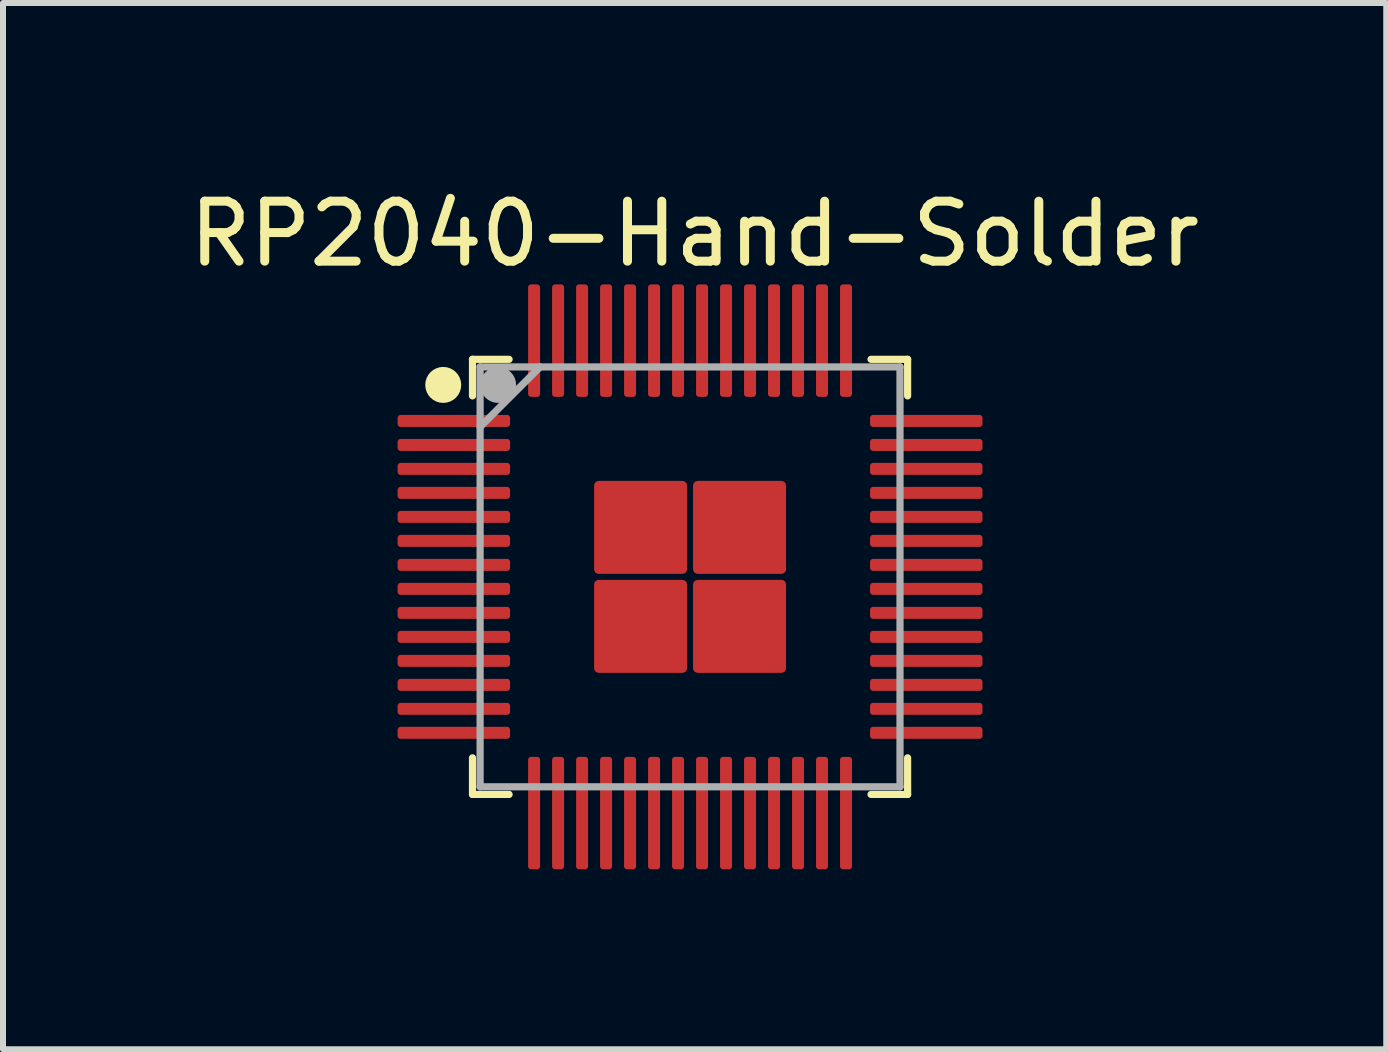
<source format=kicad_pcb>
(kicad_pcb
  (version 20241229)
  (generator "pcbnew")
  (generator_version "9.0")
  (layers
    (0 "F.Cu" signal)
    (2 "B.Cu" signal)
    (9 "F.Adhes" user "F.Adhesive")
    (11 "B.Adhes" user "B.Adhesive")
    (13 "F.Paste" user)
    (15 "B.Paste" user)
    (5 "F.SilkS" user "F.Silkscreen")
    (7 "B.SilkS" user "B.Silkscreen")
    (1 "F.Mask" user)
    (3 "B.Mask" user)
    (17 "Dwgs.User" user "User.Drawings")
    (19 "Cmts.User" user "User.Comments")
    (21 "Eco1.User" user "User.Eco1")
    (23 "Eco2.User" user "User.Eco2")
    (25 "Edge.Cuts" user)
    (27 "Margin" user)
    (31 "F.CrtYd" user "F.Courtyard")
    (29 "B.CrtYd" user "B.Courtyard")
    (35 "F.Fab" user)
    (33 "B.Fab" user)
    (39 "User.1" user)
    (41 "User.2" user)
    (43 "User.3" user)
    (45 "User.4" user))
  (footprint "RP2040-Hand-Solder"
    (layer "F.Cu")
    (at 8.454 6.567)
    (property "Reference" "RP2040-Hand-Solder" (at 0.076 -5.718 0) (layer "F.SilkS") (effects (font (size 1 1) (thickness 0.15))))
    (attr through_hole)
    (fp_line (start -3.627 -3.627) (end -3.627 -3.017) (stroke (width 0.12) (type solid)) (layer "F.SilkS"))
    (fp_line (start -3.627 3.017) (end -3.627 3.627) (stroke (width 0.12) (type solid)) (layer "F.SilkS"))
    (fp_line (start -3.627 3.627) (end -3.017 3.627) (stroke (width 0.12) (type solid)) (layer "F.SilkS"))
    (fp_line (start -3.017 -3.627) (end -3.627 -3.627) (stroke (width 0.12) (type solid)) (layer "F.SilkS"))
    (fp_line (start 3.017 3.627) (end 3.627 3.627) (stroke (width 0.12) (type solid)) (layer "F.SilkS"))
    (fp_line (start 3.627 -3.627) (end 3.017 -3.627) (stroke (width 0.12) (type solid)) (layer "F.SilkS"))
    (fp_line (start 3.627 -3.017) (end 3.627 -3.627) (stroke (width 0.12) (type solid)) (layer "F.SilkS"))
    (fp_line (start 3.627 3.627) (end 3.627 3.017) (stroke (width 0.12) (type solid)) (layer "F.SilkS"))
    (fp_circle (center -4.115 -3.2) (end -4.115 -3.2) (stroke (width 0.3) (type solid)) (fill no) (layer "F.SilkS"))
    (fp_line (start -3.5 -3.5) (end -3.5 3.5) (stroke (width 0.12) (type solid)) (layer "F.Fab"))
    (fp_line (start -3.5 3.5) (end 3.5 3.5) (stroke (width 0.12) (type solid)) (layer "F.Fab"))
    (fp_line (start -2.5 -3.5) (end -3.5 -2.5) (stroke (width 0.12) (type solid)) (layer "F.Fab"))
    (fp_line (start 3.5 -3.5) (end -3.5 -3.5) (stroke (width 0.12) (type solid)) (layer "F.Fab"))
    (fp_line (start 3.5 3.5) (end 3.5 -3.5) (stroke (width 0.12) (type solid)) (layer "F.Fab"))
    (fp_circle (center -3.2 -3.2) (end -3.2 -3.2) (stroke (width 0.3) (type solid)) (fill no) (layer "F.Fab"))
    (pad "1" smd roundrect (at -3.938 -2.6) (size 1.875 0.2) (layers "F.Cu" "F.Mask" "F.Paste") (roundrect_rratio 0.25))
    (pad "2" smd roundrect (at -3.938 -2.2) (size 1.875 0.2) (layers "F.Cu" "F.Mask" "F.Paste") (roundrect_rratio 0.25))
    (pad "3" smd roundrect (at -3.938 -1.8) (size 1.875 0.2) (layers "F.Cu" "F.Mask" "F.Paste") (roundrect_rratio 0.25))
    (pad "4" smd roundrect (at -3.938 -1.4) (size 1.875 0.2) (layers "F.Cu" "F.Mask" "F.Paste") (roundrect_rratio 0.25))
    (pad "5" smd roundrect (at -3.938 -1) (size 1.875 0.2) (layers "F.Cu" "F.Mask" "F.Paste") (roundrect_rratio 0.25))
    (pad "6" smd roundrect (at -3.938 -0.6) (size 1.875 0.2) (layers "F.Cu" "F.Mask" "F.Paste") (roundrect_rratio 0.25))
    (pad "7" smd roundrect (at -3.938 -0.2) (size 1.875 0.2) (layers "F.Cu" "F.Mask" "F.Paste") (roundrect_rratio 0.25))
    (pad "8" smd roundrect (at -3.938 0.2) (size 1.875 0.2) (layers "F.Cu" "F.Mask" "F.Paste") (roundrect_rratio 0.25))
    (pad "9" smd roundrect (at -3.938 0.6) (size 1.875 0.2) (layers "F.Cu" "F.Mask" "F.Paste") (roundrect_rratio 0.25))
    (pad "10" smd roundrect (at -3.938 1) (size 1.875 0.2) (layers "F.Cu" "F.Mask" "F.Paste") (roundrect_rratio 0.25))
    (pad "11" smd roundrect (at -3.938 1.4) (size 1.875 0.2) (layers "F.Cu" "F.Mask" "F.Paste") (roundrect_rratio 0.25))
    (pad "12" smd roundrect (at -3.938 1.8) (size 1.875 0.2) (layers "F.Cu" "F.Mask" "F.Paste") (roundrect_rratio 0.25))
    (pad "13" smd roundrect (at -3.938 2.2) (size 1.875 0.2) (layers "F.Cu" "F.Mask" "F.Paste") (roundrect_rratio 0.25))
    (pad "14" smd roundrect (at -3.938 2.6) (size 1.875 0.2) (layers "F.Cu" "F.Mask" "F.Paste") (roundrect_rratio 0.25))
    (pad "15" smd roundrect (at -2.6 3.938 90) (size 1.875 0.2) (layers "F.Cu" "F.Mask" "F.Paste") (roundrect_rratio 0.25))
    (pad "16" smd roundrect (at -2.2 3.938 90) (size 1.875 0.2) (layers "F.Cu" "F.Mask" "F.Paste") (roundrect_rratio 0.25))
    (pad "17" smd roundrect (at -1.8 3.938 90) (size 1.875 0.2) (layers "F.Cu" "F.Mask" "F.Paste") (roundrect_rratio 0.25))
    (pad "18" smd roundrect (at -1.4 3.938 90) (size 1.875 0.2) (layers "F.Cu" "F.Mask" "F.Paste") (roundrect_rratio 0.25))
    (pad "19" smd roundrect (at -1 3.938 90) (size 1.875 0.2) (layers "F.Cu" "F.Mask" "F.Paste") (roundrect_rratio 0.25))
    (pad "20" smd roundrect (at -0.6 3.938 90) (size 1.875 0.2) (layers "F.Cu" "F.Mask" "F.Paste") (roundrect_rratio 0.25))
    (pad "21" smd roundrect (at -0.2 3.938 90) (size 1.875 0.2) (layers "F.Cu" "F.Mask" "F.Paste") (roundrect_rratio 0.25))
    (pad "22" smd roundrect (at 0.2 3.938 90) (size 1.875 0.2) (layers "F.Cu" "F.Mask" "F.Paste") (roundrect_rratio 0.25))
    (pad "23" smd roundrect (at 0.6 3.938 90) (size 1.875 0.2) (layers "F.Cu" "F.Mask" "F.Paste") (roundrect_rratio 0.25))
    (pad "24" smd roundrect (at 1 3.938 90) (size 1.875 0.2) (layers "F.Cu" "F.Mask" "F.Paste") (roundrect_rratio 0.25))
    (pad "25" smd roundrect (at 1.4 3.938 90) (size 1.875 0.2) (layers "F.Cu" "F.Mask" "F.Paste") (roundrect_rratio 0.25))
    (pad "26" smd roundrect (at 1.8 3.938 90) (size 1.875 0.2) (layers "F.Cu" "F.Mask" "F.Paste") (roundrect_rratio 0.25))
    (pad "27" smd roundrect (at 2.2 3.938 90) (size 1.875 0.2) (layers "F.Cu" "F.Mask" "F.Paste") (roundrect_rratio 0.25))
    (pad "28" smd roundrect (at 2.6 3.938 90) (size 1.875 0.2) (layers "F.Cu" "F.Mask" "F.Paste") (roundrect_rratio 0.25))
    (pad "29" smd roundrect (at 3.938 2.6 180) (size 1.875 0.2) (layers "F.Cu" "F.Mask" "F.Paste") (roundrect_rratio 0.25))
    (pad "30" smd roundrect (at 3.938 2.2 180) (size 1.875 0.2) (layers "F.Cu" "F.Mask" "F.Paste") (roundrect_rratio 0.25))
    (pad "31" smd roundrect (at 3.938 1.8 180) (size 1.875 0.2) (layers "F.Cu" "F.Mask" "F.Paste") (roundrect_rratio 0.25))
    (pad "32" smd roundrect (at 3.938 1.4 180) (size 1.875 0.2) (layers "F.Cu" "F.Mask" "F.Paste") (roundrect_rratio 0.25))
    (pad "33" smd roundrect (at 3.938 1 180) (size 1.875 0.2) (layers "F.Cu" "F.Mask" "F.Paste") (roundrect_rratio 0.25))
    (pad "34" smd roundrect (at 3.938 0.6 180) (size 1.875 0.2) (layers "F.Cu" "F.Mask" "F.Paste") (roundrect_rratio 0.25))
    (pad "35" smd roundrect (at 3.938 0.2 180) (size 1.875 0.2) (layers "F.Cu" "F.Mask" "F.Paste") (roundrect_rratio 0.25))
    (pad "36" smd roundrect (at 3.938 -0.2 180) (size 1.875 0.2) (layers "F.Cu" "F.Mask" "F.Paste") (roundrect_rratio 0.25))
    (pad "37" smd roundrect (at 3.938 -0.6 180) (size 1.875 0.2) (layers "F.Cu" "F.Mask" "F.Paste") (roundrect_rratio 0.25))
    (pad "38" smd roundrect (at 3.938 -1 180) (size 1.875 0.2) (layers "F.Cu" "F.Mask" "F.Paste") (roundrect_rratio 0.25))
    (pad "39" smd roundrect (at 3.938 -1.4 180) (size 1.875 0.2) (layers "F.Cu" "F.Mask" "F.Paste") (roundrect_rratio 0.25))
    (pad "40" smd roundrect (at 3.938 -1.8 180) (size 1.875 0.2) (layers "F.Cu" "F.Mask" "F.Paste") (roundrect_rratio 0.25))
    (pad "41" smd roundrect (at 3.938 -2.2 180) (size 1.875 0.2) (layers "F.Cu" "F.Mask" "F.Paste") (roundrect_rratio 0.25))
    (pad "42" smd roundrect (at 3.938 -2.6 180) (size 1.875 0.2) (layers "F.Cu" "F.Mask" "F.Paste") (roundrect_rratio 0.25))
    (pad "43" smd roundrect (at 2.6 -3.938 270) (size 1.875 0.2) (layers "F.Cu" "F.Mask" "F.Paste") (roundrect_rratio 0.25))
    (pad "44" smd roundrect (at 2.2 -3.938 270) (size 1.875 0.2) (layers "F.Cu" "F.Mask" "F.Paste") (roundrect_rratio 0.25))
    (pad "45" smd roundrect (at 1.8 -3.938 270) (size 1.875 0.2) (layers "F.Cu" "F.Mask" "F.Paste") (roundrect_rratio 0.25))
    (pad "46" smd roundrect (at 1.4 -3.938 270) (size 1.875 0.2) (layers "F.Cu" "F.Mask" "F.Paste") (roundrect_rratio 0.25))
    (pad "47" smd roundrect (at 1 -3.938 270) (size 1.875 0.2) (layers "F.Cu" "F.Mask" "F.Paste") (roundrect_rratio 0.25))
    (pad "48" smd roundrect (at 0.6 -3.938 270) (size 1.875 0.2) (layers "F.Cu" "F.Mask" "F.Paste") (roundrect_rratio 0.25))
    (pad "49" smd roundrect (at 0.2 -3.938 270) (size 1.875 0.2) (layers "F.Cu" "F.Mask" "F.Paste") (roundrect_rratio 0.25))
    (pad "50" smd roundrect (at -0.2 -3.938 270) (size 1.875 0.2) (layers "F.Cu" "F.Mask" "F.Paste") (roundrect_rratio 0.25))
    (pad "51" smd roundrect (at -0.6 -3.938 270) (size 1.875 0.2) (layers "F.Cu" "F.Mask" "F.Paste") (roundrect_rratio 0.25))
    (pad "52" smd roundrect (at -1 -3.938 270) (size 1.875 0.2) (layers "F.Cu" "F.Mask" "F.Paste") (roundrect_rratio 0.25))
    (pad "53" smd roundrect (at -1.4 -3.938 270) (size 1.875 0.2) (layers "F.Cu" "F.Mask" "F.Paste") (roundrect_rratio 0.25))
    (pad "54" smd roundrect (at -1.8 -3.938 270) (size 1.875 0.2) (layers "F.Cu" "F.Mask" "F.Paste") (roundrect_rratio 0.25))
    (pad "55" smd roundrect (at -2.2 -3.938 270) (size 1.875 0.2) (layers "F.Cu" "F.Mask" "F.Paste") (roundrect_rratio 0.25))
    (pad "56" smd roundrect (at -2.6 -3.938 270) (size 1.875 0.2) (layers "F.Cu" "F.Mask" "F.Paste") (roundrect_rratio 0.25))
    (pad "57" smd roundrect (at -0.825 -0.825) (size 1.55 1.55) (layers "F.Cu" "F.Mask" "F.Paste") (roundrect_rratio 0.05))
    (pad "57" smd roundrect (at -0.825 0.825) (size 1.55 1.55) (layers "F.Cu" "F.Mask" "F.Paste") (roundrect_rratio 0.05))
    (pad "57" smd roundrect (at 0.825 -0.825) (size 1.55 1.55) (layers "F.Cu" "F.Mask" "F.Paste") (roundrect_rratio 0.05))
    (pad "57" smd roundrect (at 0.825 0.825) (size 1.55 1.55) (layers "F.Cu" "F.Mask" "F.Paste") (roundrect_rratio 0.05)))
  (gr_rect
    (start -3 -3)
    (end 20.06 14.442)
    (stroke (width 0.1) (type default))
    (fill no)
    (layer "Edge.Cuts")))
</source>
